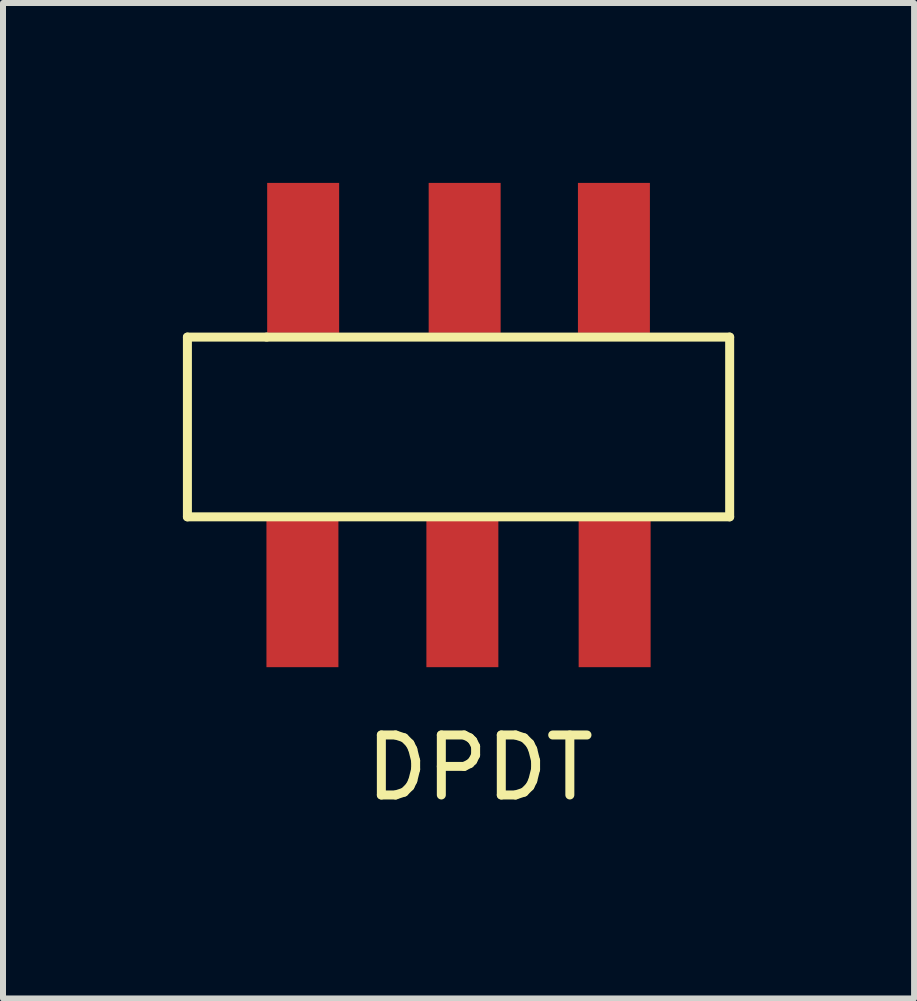
<source format=kicad_pcb>
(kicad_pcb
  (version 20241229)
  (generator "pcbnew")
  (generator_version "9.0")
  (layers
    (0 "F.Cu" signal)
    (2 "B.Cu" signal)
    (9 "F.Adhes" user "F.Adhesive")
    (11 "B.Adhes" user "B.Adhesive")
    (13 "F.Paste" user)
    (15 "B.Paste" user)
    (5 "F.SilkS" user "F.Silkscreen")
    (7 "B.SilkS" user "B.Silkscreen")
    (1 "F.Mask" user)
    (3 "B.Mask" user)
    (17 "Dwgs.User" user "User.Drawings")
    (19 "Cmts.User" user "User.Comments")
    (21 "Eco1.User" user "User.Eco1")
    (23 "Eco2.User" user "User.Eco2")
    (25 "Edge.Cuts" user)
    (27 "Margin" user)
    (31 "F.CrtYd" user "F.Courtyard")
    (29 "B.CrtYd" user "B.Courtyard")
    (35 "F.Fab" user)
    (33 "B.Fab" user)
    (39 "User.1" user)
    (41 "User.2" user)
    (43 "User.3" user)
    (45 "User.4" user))
  (footprint "DPDT"
    (layer "F.Cu")
    (at 4.596 4.044)
    (property "Reference" "DPDT" (at 0.356 5.707 0) (layer "F.SilkS") (effects (font (size 1 1) (thickness 0.15))))
    (attr through_hole)
    (fp_line (start -4.521 -1.473) (end -4.521 1.524) (stroke (width 0.15) (type solid)) (layer "F.SilkS"))
    (fp_line (start -3.2 -1.473) (end -4.521 -1.473) (stroke (width 0.15) (type solid)) (layer "F.SilkS"))
    (fp_line (start -3.2 -1.473) (end 4.521 -1.473) (stroke (width 0.15) (type solid)) (layer "F.SilkS"))
    (fp_line (start 4.521 -1.473) (end 4.521 1.524) (stroke (width 0.15) (type solid)) (layer "F.SilkS"))
    (fp_line (start 4.521 1.524) (end -4.521 1.524) (stroke (width 0.15) (type solid)) (layer "F.SilkS"))
    (pad "1" smd rect (at -2.603 2.781) (size 1.2 2.5) (layers "F.Cu" "F.Mask" "F.Paste"))
    (pad "2" smd rect (at 0.064 2.781) (size 1.2 2.5) (layers "F.Cu" "F.Mask" "F.Paste"))
    (pad "3" smd rect (at 2.603 2.781) (size 1.2 2.5) (layers "F.Cu" "F.Mask" "F.Paste"))
    (pad "4" smd rect (at -2.591 -2.794) (size 1.2 2.5) (layers "F.Cu" "F.Mask" "F.Paste"))
    (pad "5" smd rect (at 0.102 -2.794) (size 1.2 2.5) (layers "F.Cu" "F.Mask" "F.Paste"))
    (pad "6" smd rect (at 2.591 -2.794) (size 1.2 2.5) (layers "F.Cu" "F.Mask" "F.Paste")))
  (gr_rect
    (start -3 -3)
    (end 12.192 13.599)
    (stroke (width 0.1) (type default))
    (fill no)
    (layer "Edge.Cuts")))
</source>
